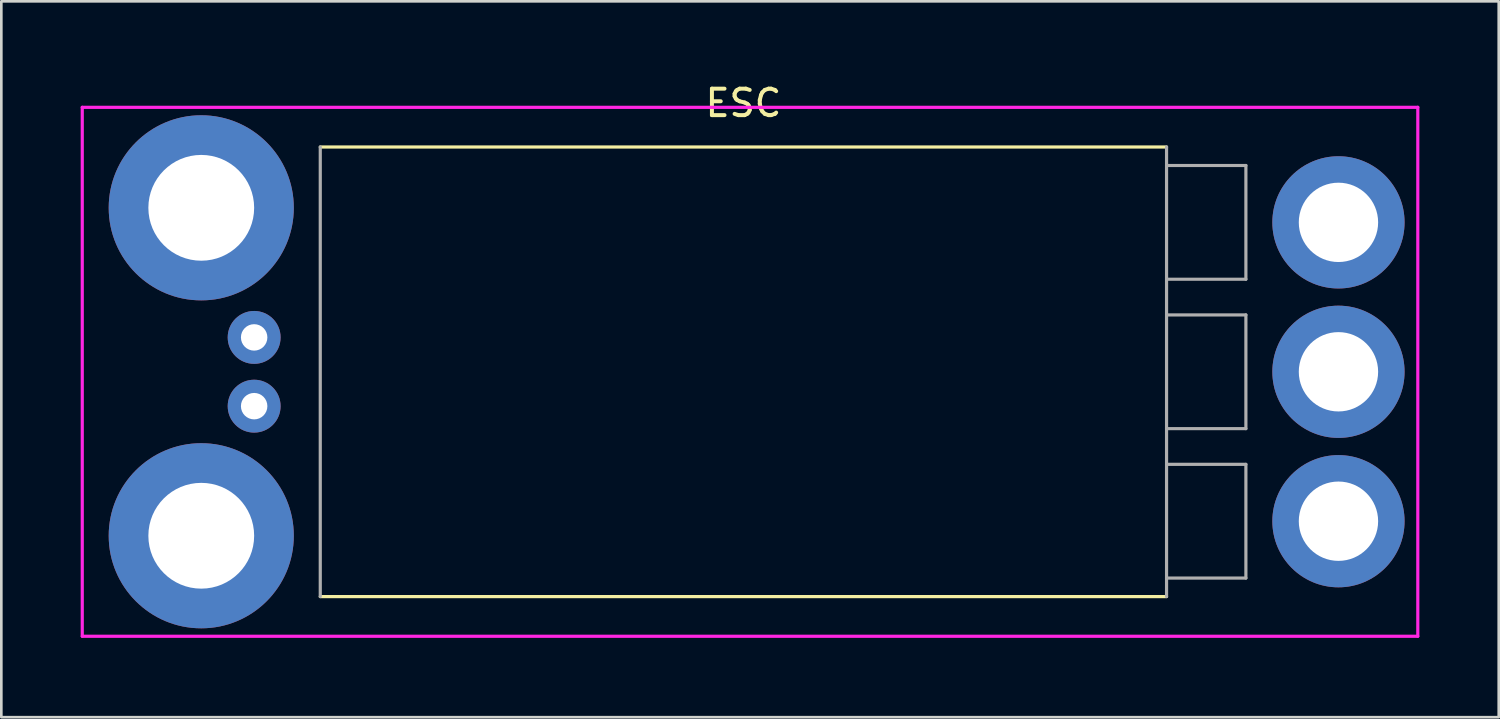
<source format=kicad_pcb>
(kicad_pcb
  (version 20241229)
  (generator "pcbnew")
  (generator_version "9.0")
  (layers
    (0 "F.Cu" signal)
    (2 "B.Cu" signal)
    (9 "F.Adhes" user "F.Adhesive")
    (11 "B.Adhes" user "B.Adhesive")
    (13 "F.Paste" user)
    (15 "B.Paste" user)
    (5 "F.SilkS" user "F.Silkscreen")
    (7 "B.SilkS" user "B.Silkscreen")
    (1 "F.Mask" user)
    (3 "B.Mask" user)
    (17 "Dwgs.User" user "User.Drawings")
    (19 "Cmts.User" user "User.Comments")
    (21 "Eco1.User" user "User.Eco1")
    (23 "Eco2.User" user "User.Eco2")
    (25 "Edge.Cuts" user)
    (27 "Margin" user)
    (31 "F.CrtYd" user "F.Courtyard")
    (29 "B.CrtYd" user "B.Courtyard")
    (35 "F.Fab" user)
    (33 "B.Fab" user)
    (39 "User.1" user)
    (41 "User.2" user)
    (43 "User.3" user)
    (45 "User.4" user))
  (footprint "ESC"
    (layer "F.Cu")
    (at 25.06 11.008)
    (property "Reference" "ESC" (at 0 -10.16 0) (layer "F.SilkS") (effects (font (size 1 1) (thickness 0.15))))
    (attr through_hole)
    (fp_line (start -16 -8.5) (end 16 -8.5) (stroke (width 0.12) (type solid)) (layer "F.SilkS"))
    (fp_line (start -16 8.5) (end 16 8.5) (stroke (width 0.12) (type solid)) (layer "F.SilkS"))
    (fp_line (start -25 -10) (end -25 10) (stroke (width 0.12) (type solid)) (layer "F.CrtYd"))
    (fp_line (start -25 10) (end 25.5 10) (stroke (width 0.12) (type solid)) (layer "F.CrtYd"))
    (fp_line (start 25.5 -10) (end -25 -10) (stroke (width 0.12) (type solid)) (layer "F.CrtYd"))
    (fp_line (start 25.5 10) (end 25.5 -10) (stroke (width 0.12) (type solid)) (layer "F.CrtYd"))
    (fp_line (start -16 -8.5) (end -16 8.5) (stroke (width 0.12) (type solid)) (layer "F.Fab"))
    (fp_line (start 16 -8.5) (end 16 8.5) (stroke (width 0.12) (type solid)) (layer "F.Fab"))
    (fp_line (start 16 -7.8) (end 19 -7.8) (stroke (width 0.12) (type solid)) (layer "F.Fab"))
    (fp_line (start 16 -3.5) (end 19 -3.5) (stroke (width 0.12) (type solid)) (layer "F.Fab"))
    (fp_line (start 16 -2.15) (end 19 -2.15) (stroke (width 0.12) (type solid)) (layer "F.Fab"))
    (fp_line (start 16 2.15) (end 19 2.15) (stroke (width 0.12) (type solid)) (layer "F.Fab"))
    (fp_line (start 16 3.5) (end 19 3.5) (stroke (width 0.12) (type solid)) (layer "F.Fab"))
    (fp_line (start 16 7.8) (end 19 7.8) (stroke (width 0.12) (type solid)) (layer "F.Fab"))
    (fp_line (start 19 -7.8) (end 19 -3.5) (stroke (width 0.12) (type solid)) (layer "F.Fab"))
    (fp_line (start 19 -2.15) (end 19 2.15) (stroke (width 0.12) (type solid)) (layer "F.Fab"))
    (fp_line (start 19 3.5) (end 19 7.8) (stroke (width 0.12) (type solid)) (layer "F.Fab"))
    (pad "1" thru_hole circle (at -20.5 -6.2) (size 7 7) (drill 4) (layers "*.Cu" "*.Mask"))
    (pad "2" thru_hole circle (at -20.5 6.2) (size 7 7) (drill 4) (layers "*.Cu" "*.Mask"))
    (pad "3" thru_hole circle (at -18.5 -1.3) (size 2 2) (drill 1) (layers "*.Cu" "*.Mask"))
    (pad "4" thru_hole circle (at -18.5 1.3) (size 2 2) (drill 1) (layers "*.Cu" "*.Mask"))
    (pad "5" thru_hole circle (at 22.5 5.65) (size 5 5) (drill 3) (layers "*.Cu" "*.Mask"))
    (pad "6" thru_hole circle (at 22.5 0) (size 5 5) (drill 3) (layers "*.Cu" "*.Mask"))
    (pad "7" thru_hole circle (at 22.5 -5.65) (size 5 5) (drill 3) (layers "*.Cu" "*.Mask")))
  (gr_rect
    (start -3 -3)
    (end 53.62 24.068)
    (stroke (width 0.1) (type default))
    (fill no)
    (layer "Edge.Cuts")))
</source>
